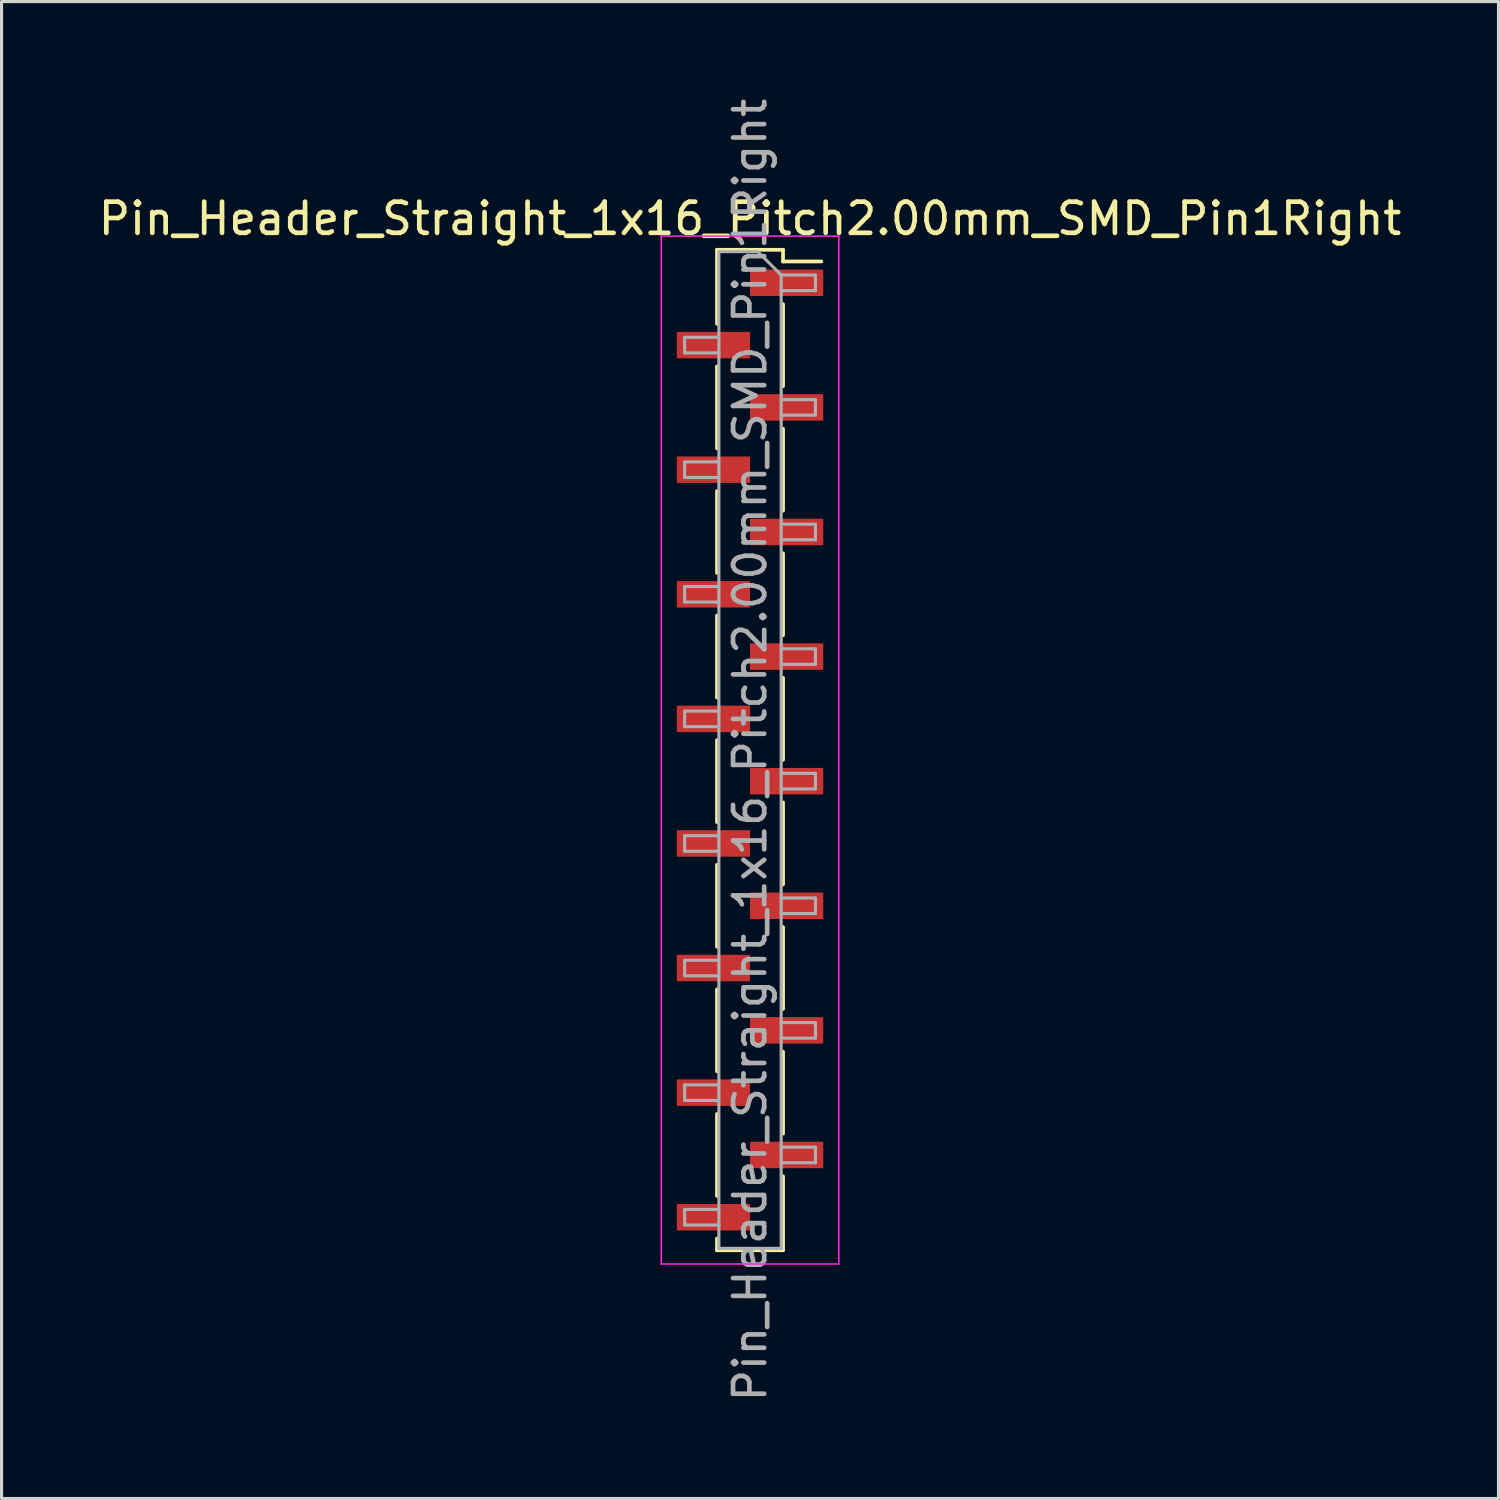
<source format=kicad_pcb>
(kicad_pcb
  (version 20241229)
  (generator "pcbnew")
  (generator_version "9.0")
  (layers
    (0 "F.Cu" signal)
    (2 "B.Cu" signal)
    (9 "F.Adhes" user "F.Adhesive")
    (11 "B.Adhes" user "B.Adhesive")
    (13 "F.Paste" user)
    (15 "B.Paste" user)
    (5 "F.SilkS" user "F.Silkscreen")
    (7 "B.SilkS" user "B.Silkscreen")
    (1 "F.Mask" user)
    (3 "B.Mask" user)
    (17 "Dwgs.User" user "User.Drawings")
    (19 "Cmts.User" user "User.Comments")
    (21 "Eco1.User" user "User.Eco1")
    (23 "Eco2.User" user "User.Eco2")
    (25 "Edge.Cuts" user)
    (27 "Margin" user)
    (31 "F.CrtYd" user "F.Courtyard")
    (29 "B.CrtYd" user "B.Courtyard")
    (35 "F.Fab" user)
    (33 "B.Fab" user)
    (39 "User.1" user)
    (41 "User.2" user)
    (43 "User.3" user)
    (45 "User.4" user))
  (footprint "Pin_Header_Straight_1x16_Pitch2.00mm_SMD_Pin1Right"
    (layer "F.Cu")
    (at 21.03 21.03)
    (property "Reference" "Pin_Header_Straight_1x16_Pitch2.00mm_SMD_Pin1Right" (at 0 -17.06 0) (layer "F.SilkS") (effects (font (size 1 1) (thickness 0.15))))
    (attr smd)
    (fp_line (start -1.06 -16.06) (end -1.06 -13.685) (stroke (width 0.12) (type solid)) (layer "F.SilkS"))
    (fp_line (start -1.06 -16.06) (end 1.06 -16.06) (stroke (width 0.12) (type solid)) (layer "F.SilkS"))
    (fp_line (start -1.06 -12.315) (end -1.06 -9.685) (stroke (width 0.12) (type solid)) (layer "F.SilkS"))
    (fp_line (start -1.06 -8.315) (end -1.06 -5.685) (stroke (width 0.12) (type solid)) (layer "F.SilkS"))
    (fp_line (start -1.06 -4.315) (end -1.06 -1.685) (stroke (width 0.12) (type solid)) (layer "F.SilkS"))
    (fp_line (start -1.06 -0.315) (end -1.06 2.315) (stroke (width 0.12) (type solid)) (layer "F.SilkS"))
    (fp_line (start -1.06 3.685) (end -1.06 6.315) (stroke (width 0.12) (type solid)) (layer "F.SilkS"))
    (fp_line (start -1.06 7.685) (end -1.06 10.315) (stroke (width 0.12) (type solid)) (layer "F.SilkS"))
    (fp_line (start -1.06 11.685) (end -1.06 14.315) (stroke (width 0.12) (type solid)) (layer "F.SilkS"))
    (fp_line (start -1.06 15.685) (end -1.06 16.06) (stroke (width 0.12) (type solid)) (layer "F.SilkS"))
    (fp_line (start -1.06 16.06) (end 1.06 16.06) (stroke (width 0.12) (type solid)) (layer "F.SilkS"))
    (fp_line (start 1.06 -16.06) (end 1.06 -15.685) (stroke (width 0.12) (type solid)) (layer "F.SilkS"))
    (fp_line (start 1.06 -15.685) (end 2.29 -15.685) (stroke (width 0.12) (type solid)) (layer "F.SilkS"))
    (fp_line (start 1.06 -14.315) (end 1.06 -11.685) (stroke (width 0.12) (type solid)) (layer "F.SilkS"))
    (fp_line (start 1.06 -10.315) (end 1.06 -7.685) (stroke (width 0.12) (type solid)) (layer "F.SilkS"))
    (fp_line (start 1.06 -6.315) (end 1.06 -3.685) (stroke (width 0.12) (type solid)) (layer "F.SilkS"))
    (fp_line (start 1.06 -2.315) (end 1.06 0.315) (stroke (width 0.12) (type solid)) (layer "F.SilkS"))
    (fp_line (start 1.06 1.685) (end 1.06 4.315) (stroke (width 0.12) (type solid)) (layer "F.SilkS"))
    (fp_line (start 1.06 5.685) (end 1.06 8.315) (stroke (width 0.12) (type solid)) (layer "F.SilkS"))
    (fp_line (start 1.06 9.685) (end 1.06 12.315) (stroke (width 0.12) (type solid)) (layer "F.SilkS"))
    (fp_line (start 1.06 13.685) (end 1.06 16.06) (stroke (width 0.12) (type solid)) (layer "F.SilkS"))
    (fp_line (start -2.85 -16.5) (end -2.85 16.5) (stroke (width 0.05) (type solid)) (layer "F.CrtYd"))
    (fp_line (start -2.85 16.5) (end 2.85 16.5) (stroke (width 0.05) (type solid)) (layer "F.CrtYd"))
    (fp_line (start 2.85 -16.5) (end -2.85 -16.5) (stroke (width 0.05) (type solid)) (layer "F.CrtYd"))
    (fp_line (start 2.85 16.5) (end 2.85 -16.5) (stroke (width 0.05) (type solid)) (layer "F.CrtYd"))
    (fp_line (start -2.1 -13.25) (end -2.1 -12.75) (stroke (width 0.1) (type solid)) (layer "F.Fab"))
    (fp_line (start -2.1 -12.75) (end -1 -12.75) (stroke (width 0.1) (type solid)) (layer "F.Fab"))
    (fp_line (start -2.1 -9.25) (end -2.1 -8.75) (stroke (width 0.1) (type solid)) (layer "F.Fab"))
    (fp_line (start -2.1 -8.75) (end -1 -8.75) (stroke (width 0.1) (type solid)) (layer "F.Fab"))
    (fp_line (start -2.1 -5.25) (end -2.1 -4.75) (stroke (width 0.1) (type solid)) (layer "F.Fab"))
    (fp_line (start -2.1 -4.75) (end -1 -4.75) (stroke (width 0.1) (type solid)) (layer "F.Fab"))
    (fp_line (start -2.1 -1.25) (end -2.1 -0.75) (stroke (width 0.1) (type solid)) (layer "F.Fab"))
    (fp_line (start -2.1 -0.75) (end -1 -0.75) (stroke (width 0.1) (type solid)) (layer "F.Fab"))
    (fp_line (start -2.1 2.75) (end -2.1 3.25) (stroke (width 0.1) (type solid)) (layer "F.Fab"))
    (fp_line (start -2.1 3.25) (end -1 3.25) (stroke (width 0.1) (type solid)) (layer "F.Fab"))
    (fp_line (start -2.1 6.75) (end -2.1 7.25) (stroke (width 0.1) (type solid)) (layer "F.Fab"))
    (fp_line (start -2.1 7.25) (end -1 7.25) (stroke (width 0.1) (type solid)) (layer "F.Fab"))
    (fp_line (start -2.1 10.75) (end -2.1 11.25) (stroke (width 0.1) (type solid)) (layer "F.Fab"))
    (fp_line (start -2.1 11.25) (end -1 11.25) (stroke (width 0.1) (type solid)) (layer "F.Fab"))
    (fp_line (start -2.1 14.75) (end -2.1 15.25) (stroke (width 0.1) (type solid)) (layer "F.Fab"))
    (fp_line (start -2.1 15.25) (end -1 15.25) (stroke (width 0.1) (type solid)) (layer "F.Fab"))
    (fp_line (start -1 -16) (end -1 16) (stroke (width 0.1) (type solid)) (layer "F.Fab"))
    (fp_line (start -1 -16) (end 0.25 -16) (stroke (width 0.1) (type solid)) (layer "F.Fab"))
    (fp_line (start -1 -13.25) (end -2.1 -13.25) (stroke (width 0.1) (type solid)) (layer "F.Fab"))
    (fp_line (start -1 -9.25) (end -2.1 -9.25) (stroke (width 0.1) (type solid)) (layer "F.Fab"))
    (fp_line (start -1 -5.25) (end -2.1 -5.25) (stroke (width 0.1) (type solid)) (layer "F.Fab"))
    (fp_line (start -1 -1.25) (end -2.1 -1.25) (stroke (width 0.1) (type solid)) (layer "F.Fab"))
    (fp_line (start -1 2.75) (end -2.1 2.75) (stroke (width 0.1) (type solid)) (layer "F.Fab"))
    (fp_line (start -1 6.75) (end -2.1 6.75) (stroke (width 0.1) (type solid)) (layer "F.Fab"))
    (fp_line (start -1 10.75) (end -2.1 10.75) (stroke (width 0.1) (type solid)) (layer "F.Fab"))
    (fp_line (start -1 14.75) (end -2.1 14.75) (stroke (width 0.1) (type solid)) (layer "F.Fab"))
    (fp_line (start 1 -15.25) (end 0.25 -16) (stroke (width 0.1) (type solid)) (layer "F.Fab"))
    (fp_line (start 1 -15.25) (end 2.1 -15.25) (stroke (width 0.1) (type solid)) (layer "F.Fab"))
    (fp_line (start 1 -11.25) (end 2.1 -11.25) (stroke (width 0.1) (type solid)) (layer "F.Fab"))
    (fp_line (start 1 -7.25) (end 2.1 -7.25) (stroke (width 0.1) (type solid)) (layer "F.Fab"))
    (fp_line (start 1 -3.25) (end 2.1 -3.25) (stroke (width 0.1) (type solid)) (layer "F.Fab"))
    (fp_line (start 1 0.75) (end 2.1 0.75) (stroke (width 0.1) (type solid)) (layer "F.Fab"))
    (fp_line (start 1 4.75) (end 2.1 4.75) (stroke (width 0.1) (type solid)) (layer "F.Fab"))
    (fp_line (start 1 8.75) (end 2.1 8.75) (stroke (width 0.1) (type solid)) (layer "F.Fab"))
    (fp_line (start 1 12.75) (end 2.1 12.75) (stroke (width 0.1) (type solid)) (layer "F.Fab"))
    (fp_line (start 1 16) (end -1 16) (stroke (width 0.1) (type solid)) (layer "F.Fab"))
    (fp_line (start 1 16) (end 1 -15.25) (stroke (width 0.1) (type solid)) (layer "F.Fab"))
    (fp_line (start 2.1 -15.25) (end 2.1 -14.75) (stroke (width 0.1) (type solid)) (layer "F.Fab"))
    (fp_line (start 2.1 -14.75) (end 1 -14.75) (stroke (width 0.1) (type solid)) (layer "F.Fab"))
    (fp_line (start 2.1 -11.25) (end 2.1 -10.75) (stroke (width 0.1) (type solid)) (layer "F.Fab"))
    (fp_line (start 2.1 -10.75) (end 1 -10.75) (stroke (width 0.1) (type solid)) (layer "F.Fab"))
    (fp_line (start 2.1 -7.25) (end 2.1 -6.75) (stroke (width 0.1) (type solid)) (layer "F.Fab"))
    (fp_line (start 2.1 -6.75) (end 1 -6.75) (stroke (width 0.1) (type solid)) (layer "F.Fab"))
    (fp_line (start 2.1 -3.25) (end 2.1 -2.75) (stroke (width 0.1) (type solid)) (layer "F.Fab"))
    (fp_line (start 2.1 -2.75) (end 1 -2.75) (stroke (width 0.1) (type solid)) (layer "F.Fab"))
    (fp_line (start 2.1 0.75) (end 2.1 1.25) (stroke (width 0.1) (type solid)) (layer "F.Fab"))
    (fp_line (start 2.1 1.25) (end 1 1.25) (stroke (width 0.1) (type solid)) (layer "F.Fab"))
    (fp_line (start 2.1 4.75) (end 2.1 5.25) (stroke (width 0.1) (type solid)) (layer "F.Fab"))
    (fp_line (start 2.1 5.25) (end 1 5.25) (stroke (width 0.1) (type solid)) (layer "F.Fab"))
    (fp_line (start 2.1 8.75) (end 2.1 9.25) (stroke (width 0.1) (type solid)) (layer "F.Fab"))
    (fp_line (start 2.1 9.25) (end 1 9.25) (stroke (width 0.1) (type solid)) (layer "F.Fab"))
    (fp_line (start 2.1 12.75) (end 2.1 13.25) (stroke (width 0.1) (type solid)) (layer "F.Fab"))
    (fp_line (start 2.1 13.25) (end 1 13.25) (stroke (width 0.1) (type solid)) (layer "F.Fab"))
    (fp_text user "${REFERENCE}" (at 0 0 90) (layer "F.Fab") (effects (font (size 1 1) (thickness 0.15))))
    (pad "1" smd rect (at 1.175 -15) (size 2.35 0.85) (layers "F.Cu" "F.Mask" "F.Paste"))
    (pad "2" smd rect (at -1.175 -13) (size 2.35 0.85) (layers "F.Cu" "F.Mask" "F.Paste"))
    (pad "3" smd rect (at 1.175 -11) (size 2.35 0.85) (layers "F.Cu" "F.Mask" "F.Paste"))
    (pad "4" smd rect (at -1.175 -9) (size 2.35 0.85) (layers "F.Cu" "F.Mask" "F.Paste"))
    (pad "5" smd rect (at 1.175 -7) (size 2.35 0.85) (layers "F.Cu" "F.Mask" "F.Paste"))
    (pad "6" smd rect (at -1.175 -5) (size 2.35 0.85) (layers "F.Cu" "F.Mask" "F.Paste"))
    (pad "7" smd rect (at 1.175 -3) (size 2.35 0.85) (layers "F.Cu" "F.Mask" "F.Paste"))
    (pad "8" smd rect (at -1.175 -1) (size 2.35 0.85) (layers "F.Cu" "F.Mask" "F.Paste"))
    (pad "9" smd rect (at 1.175 1) (size 2.35 0.85) (layers "F.Cu" "F.Mask" "F.Paste"))
    (pad "10" smd rect (at -1.175 3) (size 2.35 0.85) (layers "F.Cu" "F.Mask" "F.Paste"))
    (pad "11" smd rect (at 1.175 5) (size 2.35 0.85) (layers "F.Cu" "F.Mask" "F.Paste"))
    (pad "12" smd rect (at -1.175 7) (size 2.35 0.85) (layers "F.Cu" "F.Mask" "F.Paste"))
    (pad "13" smd rect (at 1.175 9) (size 2.35 0.85) (layers "F.Cu" "F.Mask" "F.Paste"))
    (pad "14" smd rect (at -1.175 11) (size 2.35 0.85) (layers "F.Cu" "F.Mask" "F.Paste"))
    (pad "15" smd rect (at 1.175 13) (size 2.35 0.85) (layers "F.Cu" "F.Mask" "F.Paste"))
    (pad "16" smd rect (at -1.175 15) (size 2.35 0.85) (layers "F.Cu" "F.Mask" "F.Paste")))
  (gr_rect
    (start -3 -3)
    (end 45.06 45.06)
    (stroke (width 0.1) (type default))
    (fill no)
    (layer "Edge.Cuts")))
</source>
